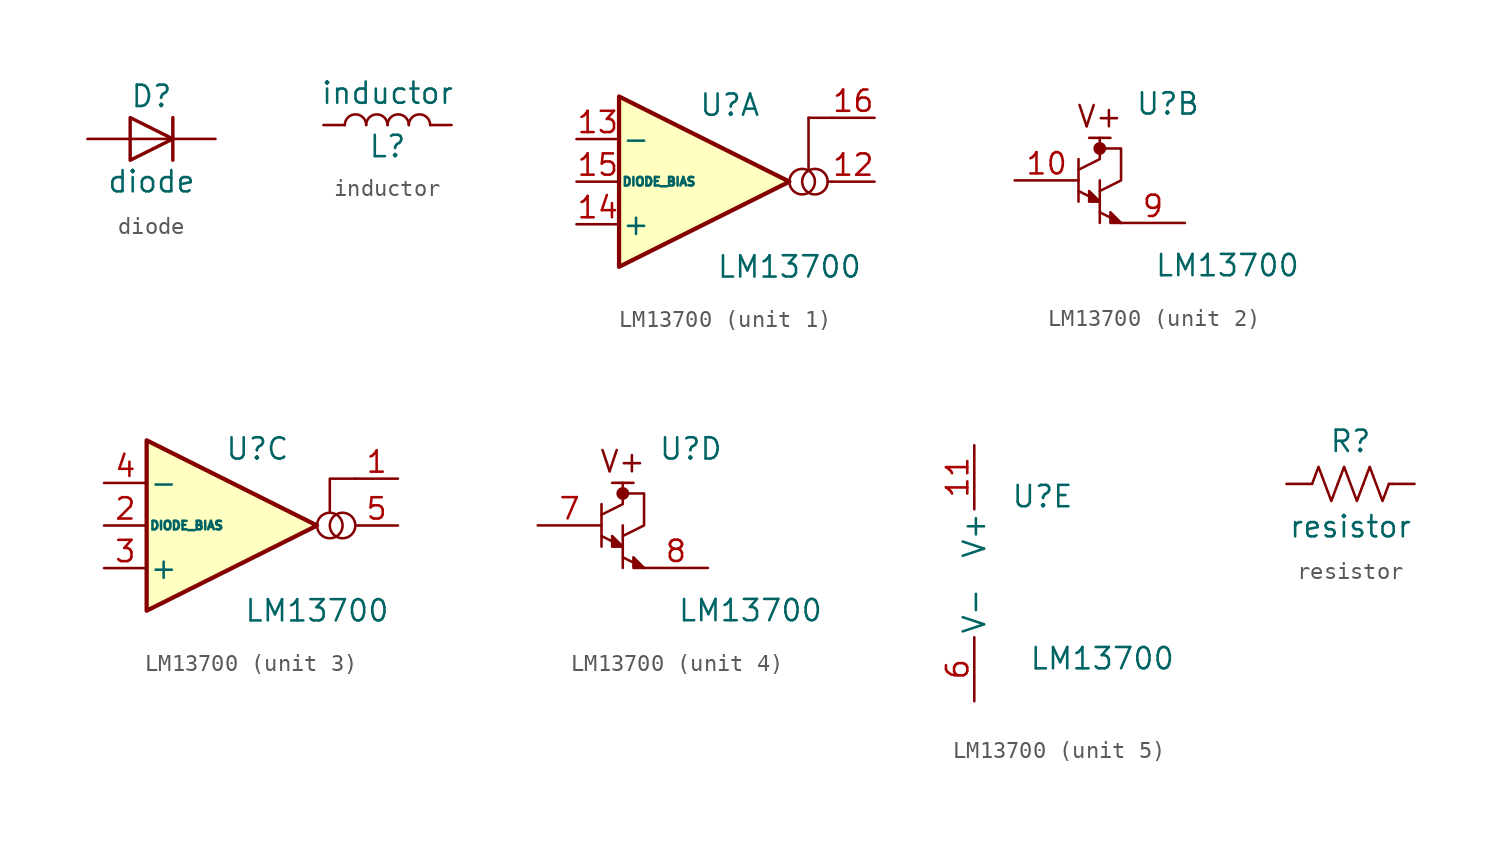
<source format=kicad_sym>
(kicad_symbol_lib
  (version 20211014)
  (generator kicad_symbol_editor)
  (symbol "diode"
    (pin_numbers hide)
    (pin_names
      (offset 1.016) hide)
    (property "Reference" "D"
      (at 0 2.54 0)
      (effects (font (size 1.27 1.27))))
    (property "Value" "diode"
      (at 0 -2.54 0)
      (effects (font (size 1.27 1.27))))
    (symbol "diode_0_1"
      (polyline (pts (xy -1.27 0) (xy 1.27 0)) (stroke (width 0) (type default) (color 0 0 0 0)) (fill (type none)))
      (polyline (pts (xy 1.27 -1.27) (xy 1.27 1.27)) (stroke (width 0.203) (type default) (color 0 0 0 0)) (fill (type none)))
      (polyline (pts (xy -1.27 -1.27) (xy -1.27 1.27) (xy 1.27 0) (xy -1.27 -1.27)) (stroke (width 0.203) (type default) (color 0 0 0 0)) (fill (type none))))
    (symbol "diode_1_1"
      (pin passive line (at 3.81 0 180) (length 2.54) (name "K" (effects (font (size 1.27 1.27)))) (number "1" (effects (font (size 1.27 1.27)))))
      (pin passive line (at -3.81 0 0) (length 2.54) (name "A" (effects (font (size 1.27 1.27)))) (number "2" (effects (font (size 1.27 1.27)))))))
  (symbol "inductor"
    (pin_numbers hide)
    (pin_names
      (offset 1.016) hide)
    (property "Reference" "L"
      (at 0 -1.524 0)
      (effects (font (size 1.27 1.27))))
    (property "Value" "inductor"
      (at 0 1.651 0)
      (effects (font (size 1.27 1.27))))
    (symbol "inductor_0_1"
      (arc (start -1.27 -0.254) (mid -1.905 0.381) (end -2.54 -0.254) (stroke (width 0) (type default) (color 0 0 0 0)) (fill (type none)))
      (arc (start 0 -0.254) (mid -0.635 0.381) (end -1.27 -0.254) (stroke (width 0) (type default) (color 0 0 0 0)) (fill (type none)))
      (arc (start 1.27 -0.254) (mid 0.635 0.381) (end 0 -0.254) (stroke (width 0) (type default) (color 0 0 0 0)) (fill (type none)))
      (arc (start 2.54 -0.254) (mid 1.905 0.381) (end 1.27 -0.254) (stroke (width 0) (type default) (color 0 0 0 0)) (fill (type none))))
    (symbol "inductor_1_1"
      (pin passive line (at -3.81 -0.254 0) (length 1.27) (name "1" (effects (font (size 1.27 1.27)))) (number "1" (effects (font (size 1.27 1.27)))))
      (pin passive line (at 3.81 -0.254 180) (length 1.27) (name "2" (effects (font (size 1.27 1.27)))) (number "2" (effects (font (size 1.27 1.27)))))))
  (symbol "LM13700"
    (pin_names
      (offset 0.127))
    (property "Reference" "U"
      (at 1.524 4.572 0)
      (effects (font (size 1.27 1.27))))
    (property "Value" "LM13700"
      (at 5.08 -5.08 0)
      (effects (font (size 1.27 1.27))))
    (property "ki_locked" ""
      (at 0 0 0)
      (effects (font (size 1.27 1.27))))
    (symbol "LM13700_1_1"
      (polyline (pts (xy 7.366 0) (xy 7.62 0)) (stroke (width 0) (type default) (color 0 0 0 0)) (fill (type none)))
      (polyline (pts (xy 6.223 0.762) (xy 6.223 2.794) (xy 6.223 3.81)) (stroke (width 0) (type default) (color 0 0 0 0)) (fill (type none)))
      (polyline (pts (xy 7.62 3.81) (xy 6.858 3.81) (xy 6.223 3.81)) (stroke (width 0) (type default) (color 0 0 0 0)) (fill (type none)))
      (polyline (pts (xy 5.08 0) (xy -5.08 -5.08) (xy -5.08 5.08) (xy 5.08 0)) (stroke (width 0.254) (type default) (color 0 0 0 0)) (fill (type background)))
      (circle (center 5.842 0) (radius 0.762) (stroke (width 0) (type default) (color 0 0 0 0)) (fill (type none)))
      (circle (center 6.604 0) (radius 0.762) (stroke (width 0) (type default) (color 0 0 0 0)) (fill (type none)))
      (pin output line (at 10.16 0 180) (length 2.54) (name "~" (effects (font (size 1.27 1.27)))) (number "12" (effects (font (size 1.27 1.27)))))
      (pin input line (at -7.62 2.54 0) (length 2.54) (name "-" (effects (font (size 1.27 1.27)))) (number "13" (effects (font (size 1.27 1.27)))))
      (pin input line (at -7.62 -2.54 0) (length 2.54) (name "+" (effects (font (size 1.27 1.27)))) (number "14" (effects (font (size 1.27 1.27)))))
      (pin input line (at -7.62 0 0) (length 2.54) (name "DIODE_BIAS" (effects (font (size 0.508 0.508)))) (number "15" (effects (font (size 1.27 1.27)))))
      (pin input line (at 10.16 3.81 180) (length 2.54) (name "~" (effects (font (size 1.27 1.27)))) (number "16" (effects (font (size 1.27 1.27))))))
    (symbol "LM13700_2_0"
      (polyline (pts (xy -1.905 2.54) (xy -3.175 2.54)) (stroke (width 0) (type default) (color 0 0 0 0)) (fill (type none))))
    (symbol "LM13700_2_1"
      (circle (center -2.54 1.905) (radius 0.254) (stroke (width 0.254) (type default) (color 0 0 0 0)) (fill (type outline)))
      (polyline (pts (xy -3.81 -0.635) (xy -2.54 -1.27)) (stroke (width 0) (type default) (color 0 0 0 0)) (fill (type none)))
      (polyline (pts (xy -3.81 1.27) (xy -3.81 -1.27)) (stroke (width 0) (type default) (color 0 0 0 0)) (fill (type none)))
      (polyline (pts (xy -2.54 -1.905) (xy -1.27 -2.54)) (stroke (width 0) (type default) (color 0 0 0 0)) (fill (type none)))
      (polyline (pts (xy -2.54 0) (xy -2.54 -2.54)) (stroke (width 0) (type default) (color 0 0 0 0)) (fill (type none)))
      (polyline (pts (xy -3.81 0.635) (xy -2.54 1.27) (xy -2.54 1.905) (xy -2.54 2.54)) (stroke (width 0) (type default) (color 0 0 0 0)) (fill (type none)))
      (polyline (pts (xy -2.54 -1.27) (xy -3.175 -0.635) (xy -3.175 -1.27) (xy -2.54 -1.27)) (stroke (width 0) (type default) (color 0 0 0 0)) (fill (type outline)))
      (polyline (pts (xy -2.54 -0.635) (xy -1.27 0) (xy -1.27 1.905) (xy -2.54 1.905)) (stroke (width 0) (type default) (color 0 0 0 0)) (fill (type none)))
      (polyline (pts (xy -1.27 -2.54) (xy -1.905 -1.905) (xy -1.905 -2.54) (xy -1.27 -2.54)) (stroke (width 0) (type default) (color 0 0 0 0)) (fill (type outline)))
      (text "V+" (at -2.54 3.81 0) (effects (font (size 1.27 1.27))))
      (pin input line (at -7.62 0 0) (length 3.81) (name "~" (effects (font (size 1.27 1.27)))) (number "10" (effects (font (size 1.27 1.27)))))
      (pin output line (at 2.54 -2.54 180) (length 3.81) (name "~" (effects (font (size 1.27 1.27)))) (number "9" (effects (font (size 1.27 1.27))))))
    (symbol "LM13700_3_1"
      (polyline (pts (xy 5.842 0.762) (xy 5.842 2.794) (xy 7.366 2.794)) (stroke (width 0) (type default) (color 0 0 0 0)) (fill (type none)))
      (polyline (pts (xy 5.08 0) (xy -5.08 -5.08) (xy -5.08 5.08) (xy 5.08 0)) (stroke (width 0.254) (type default) (color 0 0 0 0)) (fill (type background)))
      (circle (center 5.842 0) (radius 0.762) (stroke (width 0) (type default) (color 0 0 0 0)) (fill (type none)))
      (circle (center 6.604 0) (radius 0.762) (stroke (width 0) (type default) (color 0 0 0 0)) (fill (type none)))
      (pin input line (at 9.906 2.794 180) (length 2.54) (name "~" (effects (font (size 1.27 1.27)))) (number "1" (effects (font (size 1.27 1.27)))))
      (pin input line (at -7.62 0 0) (length 2.54) (name "DIODE_BIAS" (effects (font (size 0.508 0.508)))) (number "2" (effects (font (size 1.27 1.27)))))
      (pin input line (at -7.62 -2.54 0) (length 2.54) (name "+" (effects (font (size 1.27 1.27)))) (number "3" (effects (font (size 1.27 1.27)))))
      (pin input line (at -7.62 2.54 0) (length 2.54) (name "-" (effects (font (size 1.27 1.27)))) (number "4" (effects (font (size 1.27 1.27)))))
      (pin output line (at 9.906 0 180) (length 2.54) (name "~" (effects (font (size 1.27 1.27)))) (number "5" (effects (font (size 1.27 1.27))))))
    (symbol "LM13700_4_0"
      (polyline (pts (xy -3.175 2.54) (xy -1.905 2.54)) (stroke (width 0) (type default) (color 0 0 0 0)) (fill (type none)))
      (text "V+" (at -2.54 3.81 0) (effects (font (size 1.27 1.27)))))
    (symbol "LM13700_4_1"
      (circle (center -2.54 1.905) (radius 0.254) (stroke (width 0.254) (type default) (color 0 0 0 0)) (fill (type outline)))
      (polyline (pts (xy -3.81 -0.635) (xy -2.54 -1.27)) (stroke (width 0) (type default) (color 0 0 0 0)) (fill (type none)))
      (polyline (pts (xy -3.81 1.27) (xy -3.81 -1.27)) (stroke (width 0) (type default) (color 0 0 0 0)) (fill (type none)))
      (polyline (pts (xy -2.54 -1.905) (xy -1.27 -2.54)) (stroke (width 0) (type default) (color 0 0 0 0)) (fill (type none)))
      (polyline (pts (xy -2.54 0) (xy -2.54 -2.54)) (stroke (width 0) (type default) (color 0 0 0 0)) (fill (type none)))
      (polyline (pts (xy -3.81 0.635) (xy -2.54 1.27) (xy -2.54 2.54)) (stroke (width 0) (type default) (color 0 0 0 0)) (fill (type none)))
      (polyline (pts (xy -2.54 -1.27) (xy -3.175 -0.635) (xy -3.175 -1.27) (xy -2.54 -1.27)) (stroke (width 0) (type default) (color 0 0 0 0)) (fill (type outline)))
      (polyline (pts (xy -2.54 -0.635) (xy -1.27 0) (xy -1.27 1.905) (xy -2.54 1.905)) (stroke (width 0) (type default) (color 0 0 0 0)) (fill (type none)))
      (polyline (pts (xy -1.27 -2.54) (xy -1.905 -1.905) (xy -1.905 -2.54) (xy -1.27 -2.54)) (stroke (width 0) (type default) (color 0 0 0 0)) (fill (type outline)))
      (pin input line (at -7.62 0 0) (length 3.81) (name "~" (effects (font (size 1.27 1.27)))) (number "7" (effects (font (size 1.27 1.27)))))
      (pin output line (at 2.54 -2.54 180) (length 3.81) (name "~" (effects (font (size 1.27 1.27)))) (number "8" (effects (font (size 1.27 1.27))))))
    (symbol "LM13700_5_1"
      (pin power_in line (at -2.54 7.62 270) (length 3.81) (name "V+" (effects (font (size 1.27 1.27)))) (number "11" (effects (font (size 1.27 1.27)))))
      (pin power_in line (at -2.54 -7.62 90) (length 3.81) (name "V-" (effects (font (size 1.27 1.27)))) (number "6" (effects (font (size 1.27 1.27)))))))
  (symbol "resistor"
    (pin_numbers hide)
    (pin_names
      (offset 0))
    (property "Reference" "R"
      (at -2.54 2.54 0)
      (effects (font (size 1.27 1.27))))
    (property "Value" "resistor"
      (at -2.54 -2.54 0)
      (effects (font (size 1.27 1.27))))
    (symbol "resistor_0_1"
      (polyline (pts (xy -4.826 0) (xy -5.08 0)) (stroke (width 0) (type default) (color 0 0 0 0)) (fill (type none)))
      (polyline (pts (xy -0.254 0) (xy 0 0)) (stroke (width 0) (type default) (color 0 0 0 0)) (fill (type none)))
      (polyline (pts (xy -4.826 0) (xy -4.445 1.016) (xy -4.064 0) (xy -3.683 -1.016) (xy -3.302 0)) (stroke (width 0) (type default) (color 0 0 0 0)) (fill (type none)))
      (polyline (pts (xy -3.302 0) (xy -2.921 1.016) (xy -2.54 0) (xy -2.159 -1.016) (xy -1.778 0)) (stroke (width 0) (type default) (color 0 0 0 0)) (fill (type none)))
      (polyline (pts (xy -1.778 0) (xy -1.397 1.016) (xy -1.016 0) (xy -0.635 -1.016) (xy -0.254 0)) (stroke (width 0) (type default) (color 0 0 0 0)) (fill (type none))))
    (symbol "resistor_1_1"
      (pin passive line (at -6.35 0 0) (length 1.27) (name "~" (effects (font (size 1.27 1.27)))) (number "1" (effects (font (size 1.27 1.27)))))
      (pin passive line (at 1.27 0 180) (length 1.27) (name "~" (effects (font (size 1.27 1.27)))) (number "2" (effects (font (size 1.27 1.27))))))))
</source>
